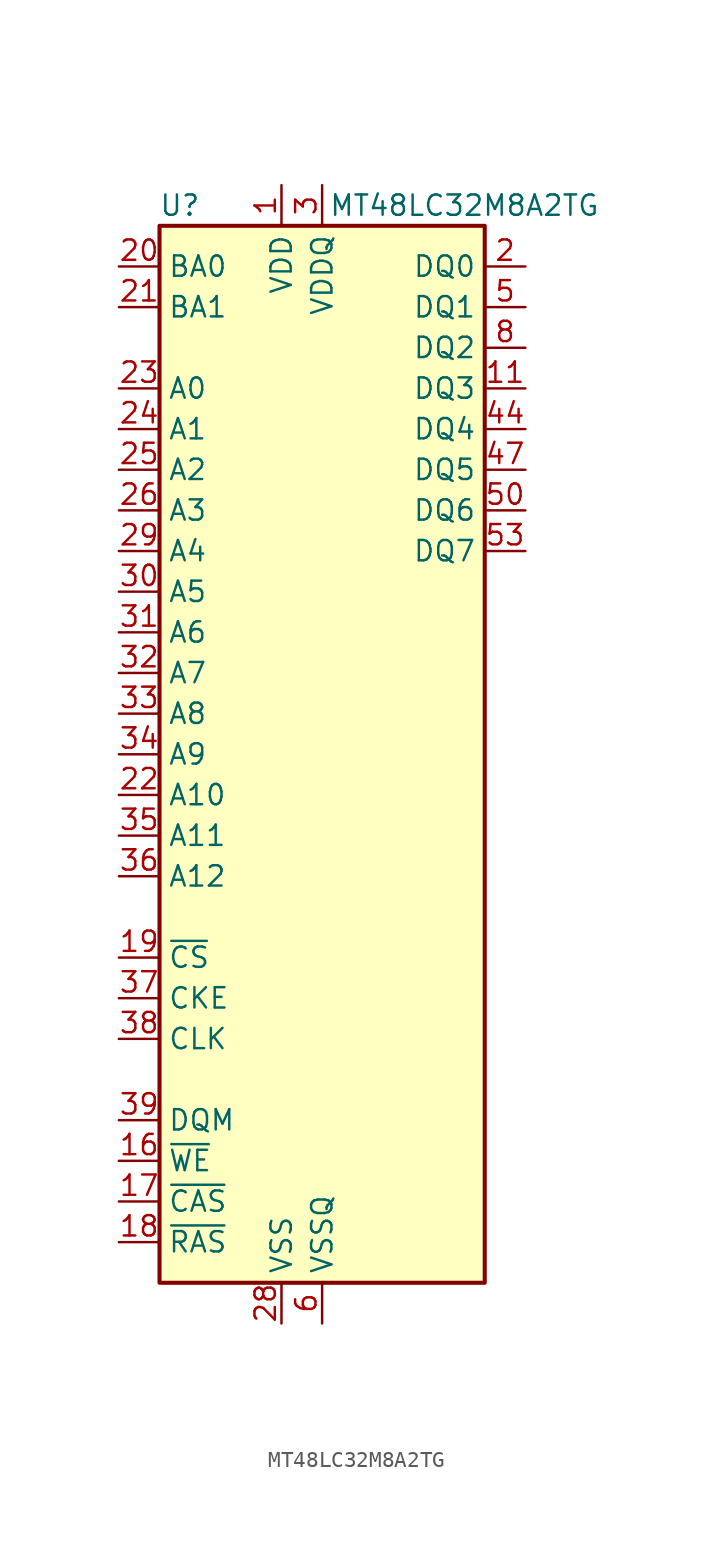
<source format=kicad_sym>
(kicad_symbol_lib
  (version 20201005)
  (generator kicad_symbol_editor)
  (symbol "MT48LC32M8A2TG"
    (property "Reference" "U"
      (at -8.89 34.29 0)
      (effects (font (size 1.27 1.27))))
    (property "Value" "MT48LC32M8A2TG"
      (at 8.89 34.29 0)
      (effects (font (size 1.27 1.27))))
    (symbol "MT48LC32M8A2TG_0_1"
      (rectangle (start -10.16 33.02) (end 10.16 -33.02) (stroke (width 0.254)) (fill (type background))))
    (symbol "MT48LC32M8A2TG_1_1"
      (pin power_in line (at -2.54 35.56 270) (length 2.54) (name "VDD" (effects (font (size 1.27 1.27)))) (number "1" (effects (font (size 1.27 1.27)))))
      (pin no_connect line (at 10.16 2.54 180) (length 2.54) hide (name "NC" (effects (font (size 1.27 1.27)))) (number "10" (effects (font (size 1.27 1.27)))))
      (pin bidirectional line (at 12.7 22.86 180) (length 2.54) (name "DQ3" (effects (font (size 1.27 1.27)))) (number "11" (effects (font (size 1.27 1.27)))))
      (pin passive line (at 0 -35.56 90) (length 2.54) hide (name "VSSQ" (effects (font (size 1.27 1.27)))) (number "12" (effects (font (size 1.27 1.27)))))
      (pin no_connect line (at 10.16 7.62 180) (length 2.54) hide (name "NC" (effects (font (size 1.27 1.27)))) (number "13" (effects (font (size 1.27 1.27)))))
      (pin passive line (at -2.54 35.56 270) (length 2.54) hide (name "VDD" (effects (font (size 1.27 1.27)))) (number "14" (effects (font (size 1.27 1.27)))))
      (pin no_connect line (at -10.16 -20.32 0) (length 2.54) hide (name "NC" (effects (font (size 1.27 1.27)))) (number "15" (effects (font (size 1.27 1.27)))))
      (pin input line (at -12.7 -25.4 0) (length 2.54) (name "~WE~" (effects (font (size 1.27 1.27)))) (number "16" (effects (font (size 1.27 1.27)))))
      (pin input line (at -12.7 -27.94 0) (length 2.54) (name "~CAS~" (effects (font (size 1.27 1.27)))) (number "17" (effects (font (size 1.27 1.27)))))
      (pin input line (at -12.7 -30.48 0) (length 2.54) (name "~RAS~" (effects (font (size 1.27 1.27)))) (number "18" (effects (font (size 1.27 1.27)))))
      (pin input line (at -12.7 -12.7 0) (length 2.54) (name "~CS~" (effects (font (size 1.27 1.27)))) (number "19" (effects (font (size 1.27 1.27)))))
      (pin bidirectional line (at 12.7 30.48 180) (length 2.54) (name "DQ0" (effects (font (size 1.27 1.27)))) (number "2" (effects (font (size 1.27 1.27)))))
      (pin input line (at -12.7 30.48 0) (length 2.54) (name "BA0" (effects (font (size 1.27 1.27)))) (number "20" (effects (font (size 1.27 1.27)))))
      (pin input line (at -12.7 27.94 0) (length 2.54) (name "BA1" (effects (font (size 1.27 1.27)))) (number "21" (effects (font (size 1.27 1.27)))))
      (pin input line (at -12.7 -2.54 0) (length 2.54) (name "A10" (effects (font (size 1.27 1.27)))) (number "22" (effects (font (size 1.27 1.27)))))
      (pin input line (at -12.7 22.86 0) (length 2.54) (name "A0" (effects (font (size 1.27 1.27)))) (number "23" (effects (font (size 1.27 1.27)))))
      (pin input line (at -12.7 20.32 0) (length 2.54) (name "A1" (effects (font (size 1.27 1.27)))) (number "24" (effects (font (size 1.27 1.27)))))
      (pin input line (at -12.7 17.78 0) (length 2.54) (name "A2" (effects (font (size 1.27 1.27)))) (number "25" (effects (font (size 1.27 1.27)))))
      (pin input line (at -12.7 15.24 0) (length 2.54) (name "A3" (effects (font (size 1.27 1.27)))) (number "26" (effects (font (size 1.27 1.27)))))
      (pin passive line (at -2.54 35.56 270) (length 2.54) hide (name "VDD" (effects (font (size 1.27 1.27)))) (number "27" (effects (font (size 1.27 1.27)))))
      (pin power_in line (at -2.54 -35.56 90) (length 2.54) (name "VSS" (effects (font (size 1.27 1.27)))) (number "28" (effects (font (size 1.27 1.27)))))
      (pin input line (at -12.7 12.7 0) (length 2.54) (name "A4" (effects (font (size 1.27 1.27)))) (number "29" (effects (font (size 1.27 1.27)))))
      (pin power_in line (at 0 35.56 270) (length 2.54) (name "VDDQ" (effects (font (size 1.27 1.27)))) (number "3" (effects (font (size 1.27 1.27)))))
      (pin input line (at -12.7 10.16 0) (length 2.54) (name "A5" (effects (font (size 1.27 1.27)))) (number "30" (effects (font (size 1.27 1.27)))))
      (pin input line (at -12.7 7.62 0) (length 2.54) (name "A6" (effects (font (size 1.27 1.27)))) (number "31" (effects (font (size 1.27 1.27)))))
      (pin input line (at -12.7 5.08 0) (length 2.54) (name "A7" (effects (font (size 1.27 1.27)))) (number "32" (effects (font (size 1.27 1.27)))))
      (pin input line (at -12.7 2.54 0) (length 2.54) (name "A8" (effects (font (size 1.27 1.27)))) (number "33" (effects (font (size 1.27 1.27)))))
      (pin input line (at -12.7 0 0) (length 2.54) (name "A9" (effects (font (size 1.27 1.27)))) (number "34" (effects (font (size 1.27 1.27)))))
      (pin input line (at -12.7 -5.08 0) (length 2.54) (name "A11" (effects (font (size 1.27 1.27)))) (number "35" (effects (font (size 1.27 1.27)))))
      (pin input line (at -12.7 -7.62 0) (length 2.54) (name "A12" (effects (font (size 1.27 1.27)))) (number "36" (effects (font (size 1.27 1.27)))))
      (pin input line (at -12.7 -15.24 0) (length 2.54) (name "CKE" (effects (font (size 1.27 1.27)))) (number "37" (effects (font (size 1.27 1.27)))))
      (pin input line (at -12.7 -17.78 0) (length 2.54) (name "CLK" (effects (font (size 1.27 1.27)))) (number "38" (effects (font (size 1.27 1.27)))))
      (pin input line (at -12.7 -22.86 0) (length 2.54) (name "DQM" (effects (font (size 1.27 1.27)))) (number "39" (effects (font (size 1.27 1.27)))))
      (pin no_connect line (at 10.16 -7.62 180) (length 2.54) hide (name "NC" (effects (font (size 1.27 1.27)))) (number "4" (effects (font (size 1.27 1.27)))))
      (pin no_connect line (at 10.16 -20.32 180) (length 2.54) hide (name "NC" (effects (font (size 1.27 1.27)))) (number "40" (effects (font (size 1.27 1.27)))))
      (pin passive line (at -2.54 -35.56 90) (length 2.54) hide (name "VSS" (effects (font (size 1.27 1.27)))) (number "41" (effects (font (size 1.27 1.27)))))
      (pin no_connect line (at 10.16 10.16 180) (length 2.54) hide (name "NC" (effects (font (size 1.27 1.27)))) (number "42" (effects (font (size 1.27 1.27)))))
      (pin passive line (at 0 35.56 270) (length 2.54) hide (name "VDDQ" (effects (font (size 1.27 1.27)))) (number "43" (effects (font (size 1.27 1.27)))))
      (pin bidirectional line (at 12.7 20.32 180) (length 2.54) (name "DQ4" (effects (font (size 1.27 1.27)))) (number "44" (effects (font (size 1.27 1.27)))))
      (pin no_connect line (at 10.16 5.08 180) (length 2.54) hide (name "NC" (effects (font (size 1.27 1.27)))) (number "45" (effects (font (size 1.27 1.27)))))
      (pin passive line (at 0 -35.56 90) (length 2.54) hide (name "VSSQ" (effects (font (size 1.27 1.27)))) (number "46" (effects (font (size 1.27 1.27)))))
      (pin bidirectional line (at 12.7 17.78 180) (length 2.54) (name "DQ5" (effects (font (size 1.27 1.27)))) (number "47" (effects (font (size 1.27 1.27)))))
      (pin no_connect line (at 10.16 0 180) (length 2.54) hide (name "NC" (effects (font (size 1.27 1.27)))) (number "48" (effects (font (size 1.27 1.27)))))
      (pin passive line (at 0 35.56 270) (length 2.54) hide (name "VDDQ" (effects (font (size 1.27 1.27)))) (number "49" (effects (font (size 1.27 1.27)))))
      (pin bidirectional line (at 12.7 27.94 180) (length 2.54) (name "DQ1" (effects (font (size 1.27 1.27)))) (number "5" (effects (font (size 1.27 1.27)))))
      (pin bidirectional line (at 12.7 15.24 180) (length 2.54) (name "DQ6" (effects (font (size 1.27 1.27)))) (number "50" (effects (font (size 1.27 1.27)))))
      (pin no_connect line (at 10.16 -5.08 180) (length 2.54) hide (name "NC" (effects (font (size 1.27 1.27)))) (number "51" (effects (font (size 1.27 1.27)))))
      (pin passive line (at 0 -35.56 90) (length 2.54) hide (name "VSSQ" (effects (font (size 1.27 1.27)))) (number "52" (effects (font (size 1.27 1.27)))))
      (pin bidirectional line (at 12.7 12.7 180) (length 2.54) (name "DQ7" (effects (font (size 1.27 1.27)))) (number "53" (effects (font (size 1.27 1.27)))))
      (pin passive line (at -2.54 -35.56 90) (length 2.54) hide (name "VSS" (effects (font (size 1.27 1.27)))) (number "54" (effects (font (size 1.27 1.27)))))
      (pin power_in line (at 0 -35.56 90) (length 2.54) (name "VSSQ" (effects (font (size 1.27 1.27)))) (number "6" (effects (font (size 1.27 1.27)))))
      (pin no_connect line (at 10.16 -2.54 180) (length 2.54) hide (name "NC" (effects (font (size 1.27 1.27)))) (number "7" (effects (font (size 1.27 1.27)))))
      (pin bidirectional line (at 12.7 25.4 180) (length 2.54) (name "DQ2" (effects (font (size 1.27 1.27)))) (number "8" (effects (font (size 1.27 1.27)))))
      (pin passive line (at 0 35.56 270) (length 2.54) hide (name "VDDQ" (effects (font (size 1.27 1.27)))) (number "9" (effects (font (size 1.27 1.27))))))))
</source>
